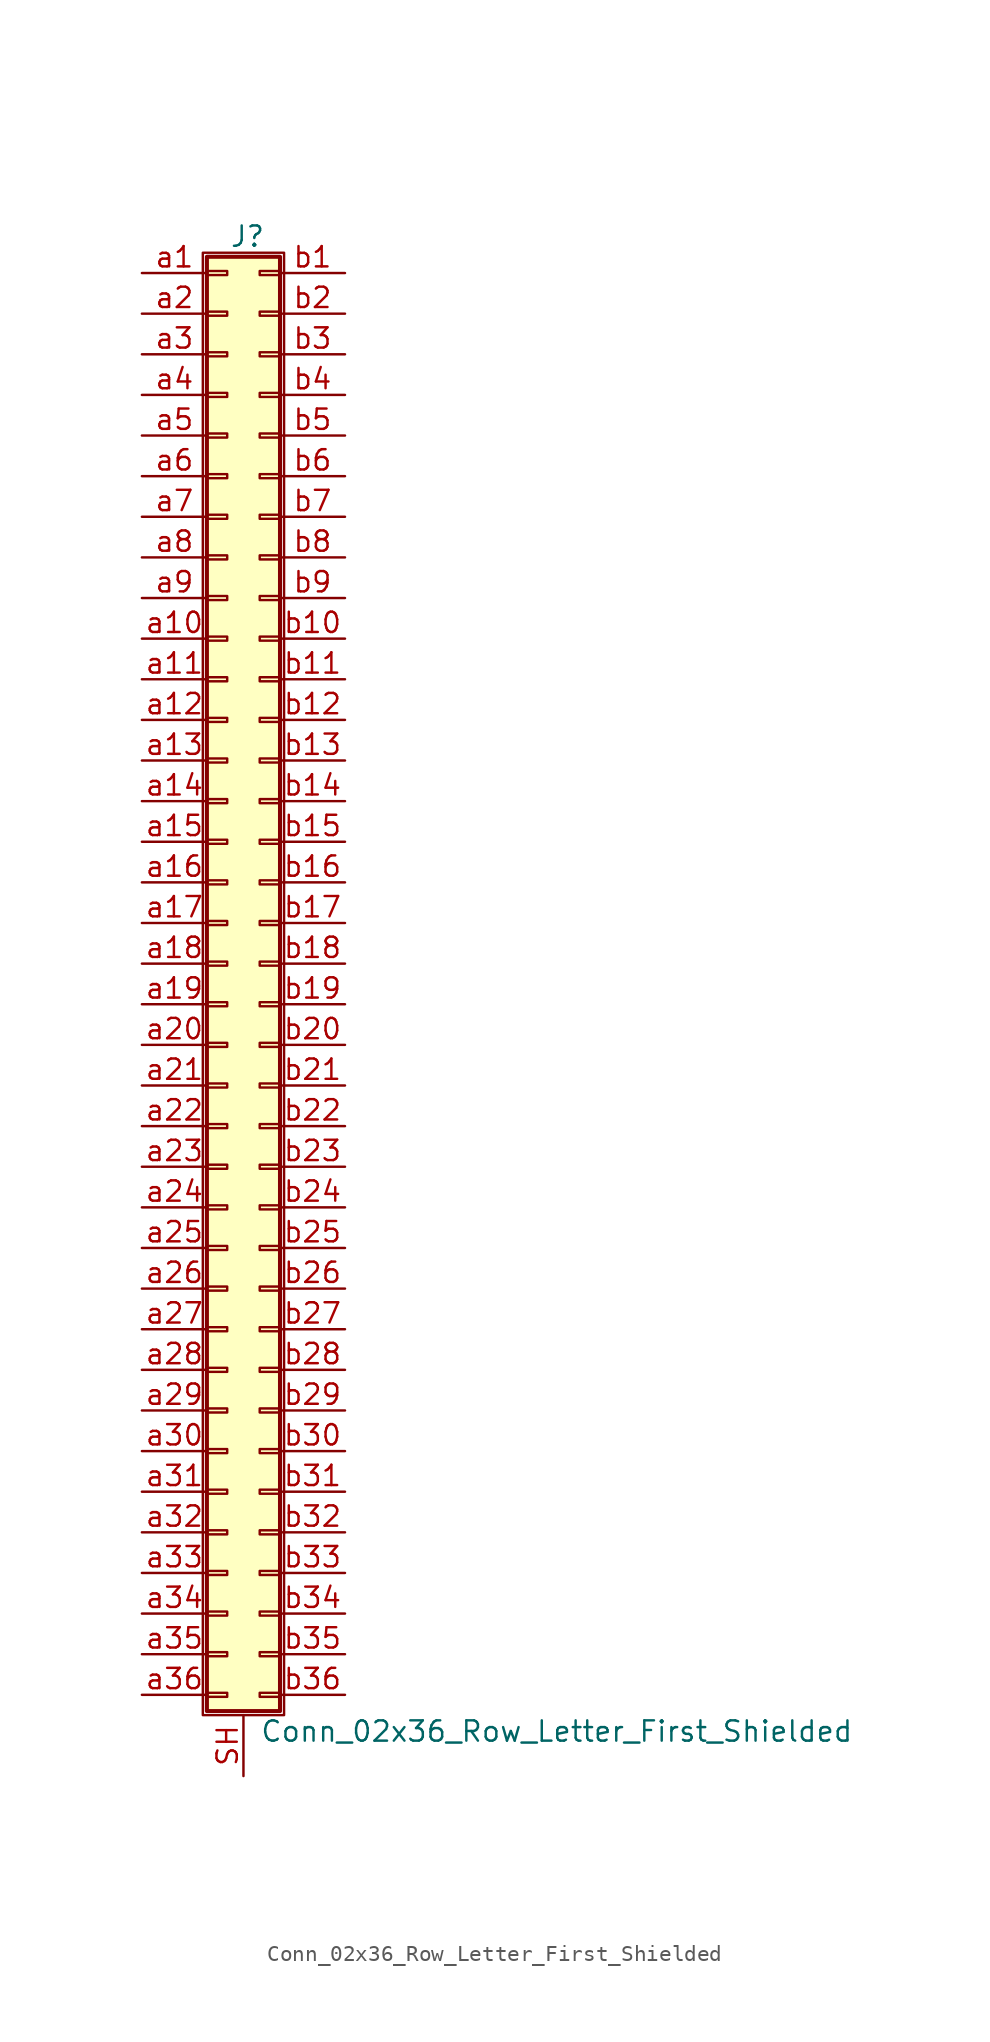
<source format=kicad_sym>
(kicad_symbol_lib
  (version 20201005)
  (generator kicad_symbol_editor)
  (symbol "Conn_02x36_Row_Letter_First_Shielded"
    (pin_names
      (offset 1.016) hide)
    (property "Reference" "J"
      (at 1.524 45.466 0)
      (effects (font (size 1.27 1.27))))
    (property "Value" "Conn_02x36_Row_Letter_First_Shielded"
      (at 2.286 -48.006 0)
      (effects (font (size 1.27 1.27)) (justify left)))
    (symbol "Conn_02x36_Row_Letter_First_Shielded_1_1"
      (rectangle (start -1.27 44.45) (end 3.81 -46.99) (stroke (width 0.152)) (fill (type none)))
      (rectangle (start -1.016 -45.593) (end 0.254 -45.847) (stroke (width 0.152)) (fill (type none)))
      (rectangle (start -1.016 -43.053) (end 0.254 -43.307) (stroke (width 0.152)) (fill (type none)))
      (rectangle (start -1.016 -40.513) (end 0.254 -40.767) (stroke (width 0.152)) (fill (type none)))
      (rectangle (start -1.016 -37.973) (end 0.254 -38.227) (stroke (width 0.152)) (fill (type none)))
      (rectangle (start -1.016 -35.433) (end 0.254 -35.687) (stroke (width 0.152)) (fill (type none)))
      (rectangle (start -1.016 -32.893) (end 0.254 -33.147) (stroke (width 0.152)) (fill (type none)))
      (rectangle (start -1.016 -30.353) (end 0.254 -30.607) (stroke (width 0.152)) (fill (type none)))
      (rectangle (start -1.016 -27.813) (end 0.254 -28.067) (stroke (width 0.152)) (fill (type none)))
      (rectangle (start -1.016 -25.273) (end 0.254 -25.527) (stroke (width 0.152)) (fill (type none)))
      (rectangle (start -1.016 -22.733) (end 0.254 -22.987) (stroke (width 0.152)) (fill (type none)))
      (rectangle (start -1.016 -20.193) (end 0.254 -20.447) (stroke (width 0.152)) (fill (type none)))
      (rectangle (start -1.016 -17.653) (end 0.254 -17.907) (stroke (width 0.152)) (fill (type none)))
      (rectangle (start -1.016 -15.113) (end 0.254 -15.367) (stroke (width 0.152)) (fill (type none)))
      (rectangle (start -1.016 -12.573) (end 0.254 -12.827) (stroke (width 0.152)) (fill (type none)))
      (rectangle (start -1.016 -10.033) (end 0.254 -10.287) (stroke (width 0.152)) (fill (type none)))
      (rectangle (start -1.016 -7.493) (end 0.254 -7.747) (stroke (width 0.152)) (fill (type none)))
      (rectangle (start -1.016 -4.953) (end 0.254 -5.207) (stroke (width 0.152)) (fill (type none)))
      (rectangle (start -1.016 -2.413) (end 0.254 -2.667) (stroke (width 0.152)) (fill (type none)))
      (rectangle (start -1.016 0.127) (end 0.254 -0.127) (stroke (width 0.152)) (fill (type none)))
      (rectangle (start -1.016 2.667) (end 0.254 2.413) (stroke (width 0.152)) (fill (type none)))
      (rectangle (start -1.016 5.207) (end 0.254 4.953) (stroke (width 0.152)) (fill (type none)))
      (rectangle (start -1.016 7.747) (end 0.254 7.493) (stroke (width 0.152)) (fill (type none)))
      (rectangle (start -1.016 10.287) (end 0.254 10.033) (stroke (width 0.152)) (fill (type none)))
      (rectangle (start -1.016 12.827) (end 0.254 12.573) (stroke (width 0.152)) (fill (type none)))
      (rectangle (start -1.016 15.367) (end 0.254 15.113) (stroke (width 0.152)) (fill (type none)))
      (rectangle (start -1.016 17.907) (end 0.254 17.653) (stroke (width 0.152)) (fill (type none)))
      (rectangle (start -1.016 20.447) (end 0.254 20.193) (stroke (width 0.152)) (fill (type none)))
      (rectangle (start -1.016 22.987) (end 0.254 22.733) (stroke (width 0.152)) (fill (type none)))
      (rectangle (start -1.016 25.527) (end 0.254 25.273) (stroke (width 0.152)) (fill (type none)))
      (rectangle (start -1.016 28.067) (end 0.254 27.813) (stroke (width 0.152)) (fill (type none)))
      (rectangle (start -1.016 30.607) (end 0.254 30.353) (stroke (width 0.152)) (fill (type none)))
      (rectangle (start -1.016 33.147) (end 0.254 32.893) (stroke (width 0.152)) (fill (type none)))
      (rectangle (start -1.016 35.687) (end 0.254 35.433) (stroke (width 0.152)) (fill (type none)))
      (rectangle (start -1.016 38.227) (end 0.254 37.973) (stroke (width 0.152)) (fill (type none)))
      (rectangle (start -1.016 40.767) (end 0.254 40.513) (stroke (width 0.152)) (fill (type none)))
      (rectangle (start -1.016 43.307) (end 0.254 43.053) (stroke (width 0.152)) (fill (type none)))
      (rectangle (start -1.016 44.196) (end 3.556 -46.736) (stroke (width 0.254)) (fill (type background)))
      (rectangle (start 3.556 -45.593) (end 2.286 -45.847) (stroke (width 0.152)) (fill (type none)))
      (rectangle (start 3.556 -43.053) (end 2.286 -43.307) (stroke (width 0.152)) (fill (type none)))
      (rectangle (start 3.556 -40.513) (end 2.286 -40.767) (stroke (width 0.152)) (fill (type none)))
      (rectangle (start 3.556 -37.973) (end 2.286 -38.227) (stroke (width 0.152)) (fill (type none)))
      (rectangle (start 3.556 -35.433) (end 2.286 -35.687) (stroke (width 0.152)) (fill (type none)))
      (rectangle (start 3.556 -32.893) (end 2.286 -33.147) (stroke (width 0.152)) (fill (type none)))
      (rectangle (start 3.556 -30.353) (end 2.286 -30.607) (stroke (width 0.152)) (fill (type none)))
      (rectangle (start 3.556 -27.813) (end 2.286 -28.067) (stroke (width 0.152)) (fill (type none)))
      (rectangle (start 3.556 -25.273) (end 2.286 -25.527) (stroke (width 0.152)) (fill (type none)))
      (rectangle (start 3.556 -22.733) (end 2.286 -22.987) (stroke (width 0.152)) (fill (type none)))
      (rectangle (start 3.556 -20.193) (end 2.286 -20.447) (stroke (width 0.152)) (fill (type none)))
      (rectangle (start 3.556 -17.653) (end 2.286 -17.907) (stroke (width 0.152)) (fill (type none)))
      (rectangle (start 3.556 -15.113) (end 2.286 -15.367) (stroke (width 0.152)) (fill (type none)))
      (rectangle (start 3.556 -12.573) (end 2.286 -12.827) (stroke (width 0.152)) (fill (type none)))
      (rectangle (start 3.556 -10.033) (end 2.286 -10.287) (stroke (width 0.152)) (fill (type none)))
      (rectangle (start 3.556 -7.493) (end 2.286 -7.747) (stroke (width 0.152)) (fill (type none)))
      (rectangle (start 3.556 -4.953) (end 2.286 -5.207) (stroke (width 0.152)) (fill (type none)))
      (rectangle (start 3.556 -2.413) (end 2.286 -2.667) (stroke (width 0.152)) (fill (type none)))
      (rectangle (start 3.556 0.127) (end 2.286 -0.127) (stroke (width 0.152)) (fill (type none)))
      (rectangle (start 3.556 2.667) (end 2.286 2.413) (stroke (width 0.152)) (fill (type none)))
      (rectangle (start 3.556 5.207) (end 2.286 4.953) (stroke (width 0.152)) (fill (type none)))
      (rectangle (start 3.556 7.747) (end 2.286 7.493) (stroke (width 0.152)) (fill (type none)))
      (rectangle (start 3.556 10.287) (end 2.286 10.033) (stroke (width 0.152)) (fill (type none)))
      (rectangle (start 3.556 12.827) (end 2.286 12.573) (stroke (width 0.152)) (fill (type none)))
      (rectangle (start 3.556 15.367) (end 2.286 15.113) (stroke (width 0.152)) (fill (type none)))
      (rectangle (start 3.556 17.907) (end 2.286 17.653) (stroke (width 0.152)) (fill (type none)))
      (rectangle (start 3.556 20.447) (end 2.286 20.193) (stroke (width 0.152)) (fill (type none)))
      (rectangle (start 3.556 22.987) (end 2.286 22.733) (stroke (width 0.152)) (fill (type none)))
      (rectangle (start 3.556 25.527) (end 2.286 25.273) (stroke (width 0.152)) (fill (type none)))
      (rectangle (start 3.556 28.067) (end 2.286 27.813) (stroke (width 0.152)) (fill (type none)))
      (rectangle (start 3.556 30.607) (end 2.286 30.353) (stroke (width 0.152)) (fill (type none)))
      (rectangle (start 3.556 33.147) (end 2.286 32.893) (stroke (width 0.152)) (fill (type none)))
      (rectangle (start 3.556 35.687) (end 2.286 35.433) (stroke (width 0.152)) (fill (type none)))
      (rectangle (start 3.556 38.227) (end 2.286 37.973) (stroke (width 0.152)) (fill (type none)))
      (rectangle (start 3.556 40.767) (end 2.286 40.513) (stroke (width 0.152)) (fill (type none)))
      (rectangle (start 3.556 43.307) (end 2.286 43.053) (stroke (width 0.152)) (fill (type none)))
      (pin passive line (at 1.27 -50.8 90) (length 3.81) (name "Shield" (effects (font (size 1.27 1.27)))) (number "SH" (effects (font (size 1.27 1.27)))))
      (pin passive line (at -5.08 43.18 0) (length 4.064) (name "Pin_a1" (effects (font (size 1.27 1.27)))) (number "a1" (effects (font (size 1.27 1.27)))))
      (pin passive line (at -5.08 20.32 0) (length 4.064) (name "Pin_a10" (effects (font (size 1.27 1.27)))) (number "a10" (effects (font (size 1.27 1.27)))))
      (pin passive line (at -5.08 17.78 0) (length 4.064) (name "Pin_a11" (effects (font (size 1.27 1.27)))) (number "a11" (effects (font (size 1.27 1.27)))))
      (pin passive line (at -5.08 15.24 0) (length 4.064) (name "Pin_a12" (effects (font (size 1.27 1.27)))) (number "a12" (effects (font (size 1.27 1.27)))))
      (pin passive line (at -5.08 12.7 0) (length 4.064) (name "Pin_a13" (effects (font (size 1.27 1.27)))) (number "a13" (effects (font (size 1.27 1.27)))))
      (pin passive line (at -5.08 10.16 0) (length 4.064) (name "Pin_a14" (effects (font (size 1.27 1.27)))) (number "a14" (effects (font (size 1.27 1.27)))))
      (pin passive line (at -5.08 7.62 0) (length 4.064) (name "Pin_a15" (effects (font (size 1.27 1.27)))) (number "a15" (effects (font (size 1.27 1.27)))))
      (pin passive line (at -5.08 5.08 0) (length 4.064) (name "Pin_a16" (effects (font (size 1.27 1.27)))) (number "a16" (effects (font (size 1.27 1.27)))))
      (pin passive line (at -5.08 2.54 0) (length 4.064) (name "Pin_a17" (effects (font (size 1.27 1.27)))) (number "a17" (effects (font (size 1.27 1.27)))))
      (pin passive line (at -5.08 0 0) (length 4.064) (name "Pin_a18" (effects (font (size 1.27 1.27)))) (number "a18" (effects (font (size 1.27 1.27)))))
      (pin passive line (at -5.08 -2.54 0) (length 4.064) (name "Pin_a19" (effects (font (size 1.27 1.27)))) (number "a19" (effects (font (size 1.27 1.27)))))
      (pin passive line (at -5.08 40.64 0) (length 4.064) (name "Pin_a2" (effects (font (size 1.27 1.27)))) (number "a2" (effects (font (size 1.27 1.27)))))
      (pin passive line (at -5.08 -5.08 0) (length 4.064) (name "Pin_a20" (effects (font (size 1.27 1.27)))) (number "a20" (effects (font (size 1.27 1.27)))))
      (pin passive line (at -5.08 -7.62 0) (length 4.064) (name "Pin_a21" (effects (font (size 1.27 1.27)))) (number "a21" (effects (font (size 1.27 1.27)))))
      (pin passive line (at -5.08 -10.16 0) (length 4.064) (name "Pin_a22" (effects (font (size 1.27 1.27)))) (number "a22" (effects (font (size 1.27 1.27)))))
      (pin passive line (at -5.08 -12.7 0) (length 4.064) (name "Pin_a23" (effects (font (size 1.27 1.27)))) (number "a23" (effects (font (size 1.27 1.27)))))
      (pin passive line (at -5.08 -15.24 0) (length 4.064) (name "Pin_a24" (effects (font (size 1.27 1.27)))) (number "a24" (effects (font (size 1.27 1.27)))))
      (pin passive line (at -5.08 -17.78 0) (length 4.064) (name "Pin_a25" (effects (font (size 1.27 1.27)))) (number "a25" (effects (font (size 1.27 1.27)))))
      (pin passive line (at -5.08 -20.32 0) (length 4.064) (name "Pin_a26" (effects (font (size 1.27 1.27)))) (number "a26" (effects (font (size 1.27 1.27)))))
      (pin passive line (at -5.08 -22.86 0) (length 4.064) (name "Pin_a27" (effects (font (size 1.27 1.27)))) (number "a27" (effects (font (size 1.27 1.27)))))
      (pin passive line (at -5.08 -25.4 0) (length 4.064) (name "Pin_a28" (effects (font (size 1.27 1.27)))) (number "a28" (effects (font (size 1.27 1.27)))))
      (pin passive line (at -5.08 -27.94 0) (length 4.064) (name "Pin_a29" (effects (font (size 1.27 1.27)))) (number "a29" (effects (font (size 1.27 1.27)))))
      (pin passive line (at -5.08 38.1 0) (length 4.064) (name "Pin_a3" (effects (font (size 1.27 1.27)))) (number "a3" (effects (font (size 1.27 1.27)))))
      (pin passive line (at -5.08 -30.48 0) (length 4.064) (name "Pin_a30" (effects (font (size 1.27 1.27)))) (number "a30" (effects (font (size 1.27 1.27)))))
      (pin passive line (at -5.08 -33.02 0) (length 4.064) (name "Pin_a31" (effects (font (size 1.27 1.27)))) (number "a31" (effects (font (size 1.27 1.27)))))
      (pin passive line (at -5.08 -35.56 0) (length 4.064) (name "Pin_a32" (effects (font (size 1.27 1.27)))) (number "a32" (effects (font (size 1.27 1.27)))))
      (pin passive line (at -5.08 -38.1 0) (length 4.064) (name "Pin_a33" (effects (font (size 1.27 1.27)))) (number "a33" (effects (font (size 1.27 1.27)))))
      (pin passive line (at -5.08 -40.64 0) (length 4.064) (name "Pin_a34" (effects (font (size 1.27 1.27)))) (number "a34" (effects (font (size 1.27 1.27)))))
      (pin passive line (at -5.08 -43.18 0) (length 4.064) (name "Pin_a35" (effects (font (size 1.27 1.27)))) (number "a35" (effects (font (size 1.27 1.27)))))
      (pin passive line (at -5.08 -45.72 0) (length 4.064) (name "Pin_a36" (effects (font (size 1.27 1.27)))) (number "a36" (effects (font (size 1.27 1.27)))))
      (pin passive line (at -5.08 35.56 0) (length 4.064) (name "Pin_a4" (effects (font (size 1.27 1.27)))) (number "a4" (effects (font (size 1.27 1.27)))))
      (pin passive line (at -5.08 33.02 0) (length 4.064) (name "Pin_a5" (effects (font (size 1.27 1.27)))) (number "a5" (effects (font (size 1.27 1.27)))))
      (pin passive line (at -5.08 30.48 0) (length 4.064) (name "Pin_a6" (effects (font (size 1.27 1.27)))) (number "a6" (effects (font (size 1.27 1.27)))))
      (pin passive line (at -5.08 27.94 0) (length 4.064) (name "Pin_a7" (effects (font (size 1.27 1.27)))) (number "a7" (effects (font (size 1.27 1.27)))))
      (pin passive line (at -5.08 25.4 0) (length 4.064) (name "Pin_a8" (effects (font (size 1.27 1.27)))) (number "a8" (effects (font (size 1.27 1.27)))))
      (pin passive line (at -5.08 22.86 0) (length 4.064) (name "Pin_a9" (effects (font (size 1.27 1.27)))) (number "a9" (effects (font (size 1.27 1.27)))))
      (pin passive line (at 7.62 43.18 180) (length 4.064) (name "Pin_b1" (effects (font (size 1.27 1.27)))) (number "b1" (effects (font (size 1.27 1.27)))))
      (pin passive line (at 7.62 20.32 180) (length 4.064) (name "Pin_b10" (effects (font (size 1.27 1.27)))) (number "b10" (effects (font (size 1.27 1.27)))))
      (pin passive line (at 7.62 17.78 180) (length 4.064) (name "Pin_b11" (effects (font (size 1.27 1.27)))) (number "b11" (effects (font (size 1.27 1.27)))))
      (pin passive line (at 7.62 15.24 180) (length 4.064) (name "Pin_b12" (effects (font (size 1.27 1.27)))) (number "b12" (effects (font (size 1.27 1.27)))))
      (pin passive line (at 7.62 12.7 180) (length 4.064) (name "Pin_b13" (effects (font (size 1.27 1.27)))) (number "b13" (effects (font (size 1.27 1.27)))))
      (pin passive line (at 7.62 10.16 180) (length 4.064) (name "Pin_b14" (effects (font (size 1.27 1.27)))) (number "b14" (effects (font (size 1.27 1.27)))))
      (pin passive line (at 7.62 7.62 180) (length 4.064) (name "Pin_b15" (effects (font (size 1.27 1.27)))) (number "b15" (effects (font (size 1.27 1.27)))))
      (pin passive line (at 7.62 5.08 180) (length 4.064) (name "Pin_b16" (effects (font (size 1.27 1.27)))) (number "b16" (effects (font (size 1.27 1.27)))))
      (pin passive line (at 7.62 2.54 180) (length 4.064) (name "Pin_b17" (effects (font (size 1.27 1.27)))) (number "b17" (effects (font (size 1.27 1.27)))))
      (pin passive line (at 7.62 0 180) (length 4.064) (name "Pin_b18" (effects (font (size 1.27 1.27)))) (number "b18" (effects (font (size 1.27 1.27)))))
      (pin passive line (at 7.62 -2.54 180) (length 4.064) (name "Pin_b19" (effects (font (size 1.27 1.27)))) (number "b19" (effects (font (size 1.27 1.27)))))
      (pin passive line (at 7.62 40.64 180) (length 4.064) (name "Pin_b2" (effects (font (size 1.27 1.27)))) (number "b2" (effects (font (size 1.27 1.27)))))
      (pin passive line (at 7.62 -5.08 180) (length 4.064) (name "Pin_b20" (effects (font (size 1.27 1.27)))) (number "b20" (effects (font (size 1.27 1.27)))))
      (pin passive line (at 7.62 -7.62 180) (length 4.064) (name "Pin_b21" (effects (font (size 1.27 1.27)))) (number "b21" (effects (font (size 1.27 1.27)))))
      (pin passive line (at 7.62 -10.16 180) (length 4.064) (name "Pin_b22" (effects (font (size 1.27 1.27)))) (number "b22" (effects (font (size 1.27 1.27)))))
      (pin passive line (at 7.62 -12.7 180) (length 4.064) (name "Pin_b23" (effects (font (size 1.27 1.27)))) (number "b23" (effects (font (size 1.27 1.27)))))
      (pin passive line (at 7.62 -15.24 180) (length 4.064) (name "Pin_b24" (effects (font (size 1.27 1.27)))) (number "b24" (effects (font (size 1.27 1.27)))))
      (pin passive line (at 7.62 -17.78 180) (length 4.064) (name "Pin_b25" (effects (font (size 1.27 1.27)))) (number "b25" (effects (font (size 1.27 1.27)))))
      (pin passive line (at 7.62 -20.32 180) (length 4.064) (name "Pin_b26" (effects (font (size 1.27 1.27)))) (number "b26" (effects (font (size 1.27 1.27)))))
      (pin passive line (at 7.62 -22.86 180) (length 4.064) (name "Pin_b27" (effects (font (size 1.27 1.27)))) (number "b27" (effects (font (size 1.27 1.27)))))
      (pin passive line (at 7.62 -25.4 180) (length 4.064) (name "Pin_b28" (effects (font (size 1.27 1.27)))) (number "b28" (effects (font (size 1.27 1.27)))))
      (pin passive line (at 7.62 -27.94 180) (length 4.064) (name "Pin_b29" (effects (font (size 1.27 1.27)))) (number "b29" (effects (font (size 1.27 1.27)))))
      (pin passive line (at 7.62 38.1 180) (length 4.064) (name "Pin_b3" (effects (font (size 1.27 1.27)))) (number "b3" (effects (font (size 1.27 1.27)))))
      (pin passive line (at 7.62 -30.48 180) (length 4.064) (name "Pin_b30" (effects (font (size 1.27 1.27)))) (number "b30" (effects (font (size 1.27 1.27)))))
      (pin passive line (at 7.62 -33.02 180) (length 4.064) (name "Pin_b31" (effects (font (size 1.27 1.27)))) (number "b31" (effects (font (size 1.27 1.27)))))
      (pin passive line (at 7.62 -35.56 180) (length 4.064) (name "Pin_b32" (effects (font (size 1.27 1.27)))) (number "b32" (effects (font (size 1.27 1.27)))))
      (pin passive line (at 7.62 -38.1 180) (length 4.064) (name "Pin_b33" (effects (font (size 1.27 1.27)))) (number "b33" (effects (font (size 1.27 1.27)))))
      (pin passive line (at 7.62 -40.64 180) (length 4.064) (name "Pin_b34" (effects (font (size 1.27 1.27)))) (number "b34" (effects (font (size 1.27 1.27)))))
      (pin passive line (at 7.62 -43.18 180) (length 4.064) (name "Pin_b35" (effects (font (size 1.27 1.27)))) (number "b35" (effects (font (size 1.27 1.27)))))
      (pin passive line (at 7.62 -45.72 180) (length 4.064) (name "Pin_b36" (effects (font (size 1.27 1.27)))) (number "b36" (effects (font (size 1.27 1.27)))))
      (pin passive line (at 7.62 35.56 180) (length 4.064) (name "Pin_b4" (effects (font (size 1.27 1.27)))) (number "b4" (effects (font (size 1.27 1.27)))))
      (pin passive line (at 7.62 33.02 180) (length 4.064) (name "Pin_b5" (effects (font (size 1.27 1.27)))) (number "b5" (effects (font (size 1.27 1.27)))))
      (pin passive line (at 7.62 30.48 180) (length 4.064) (name "Pin_b6" (effects (font (size 1.27 1.27)))) (number "b6" (effects (font (size 1.27 1.27)))))
      (pin passive line (at 7.62 27.94 180) (length 4.064) (name "Pin_b7" (effects (font (size 1.27 1.27)))) (number "b7" (effects (font (size 1.27 1.27)))))
      (pin passive line (at 7.62 25.4 180) (length 4.064) (name "Pin_b8" (effects (font (size 1.27 1.27)))) (number "b8" (effects (font (size 1.27 1.27)))))
      (pin passive line (at 7.62 22.86 180) (length 4.064) (name "Pin_b9" (effects (font (size 1.27 1.27)))) (number "b9" (effects (font (size 1.27 1.27))))))))
</source>
